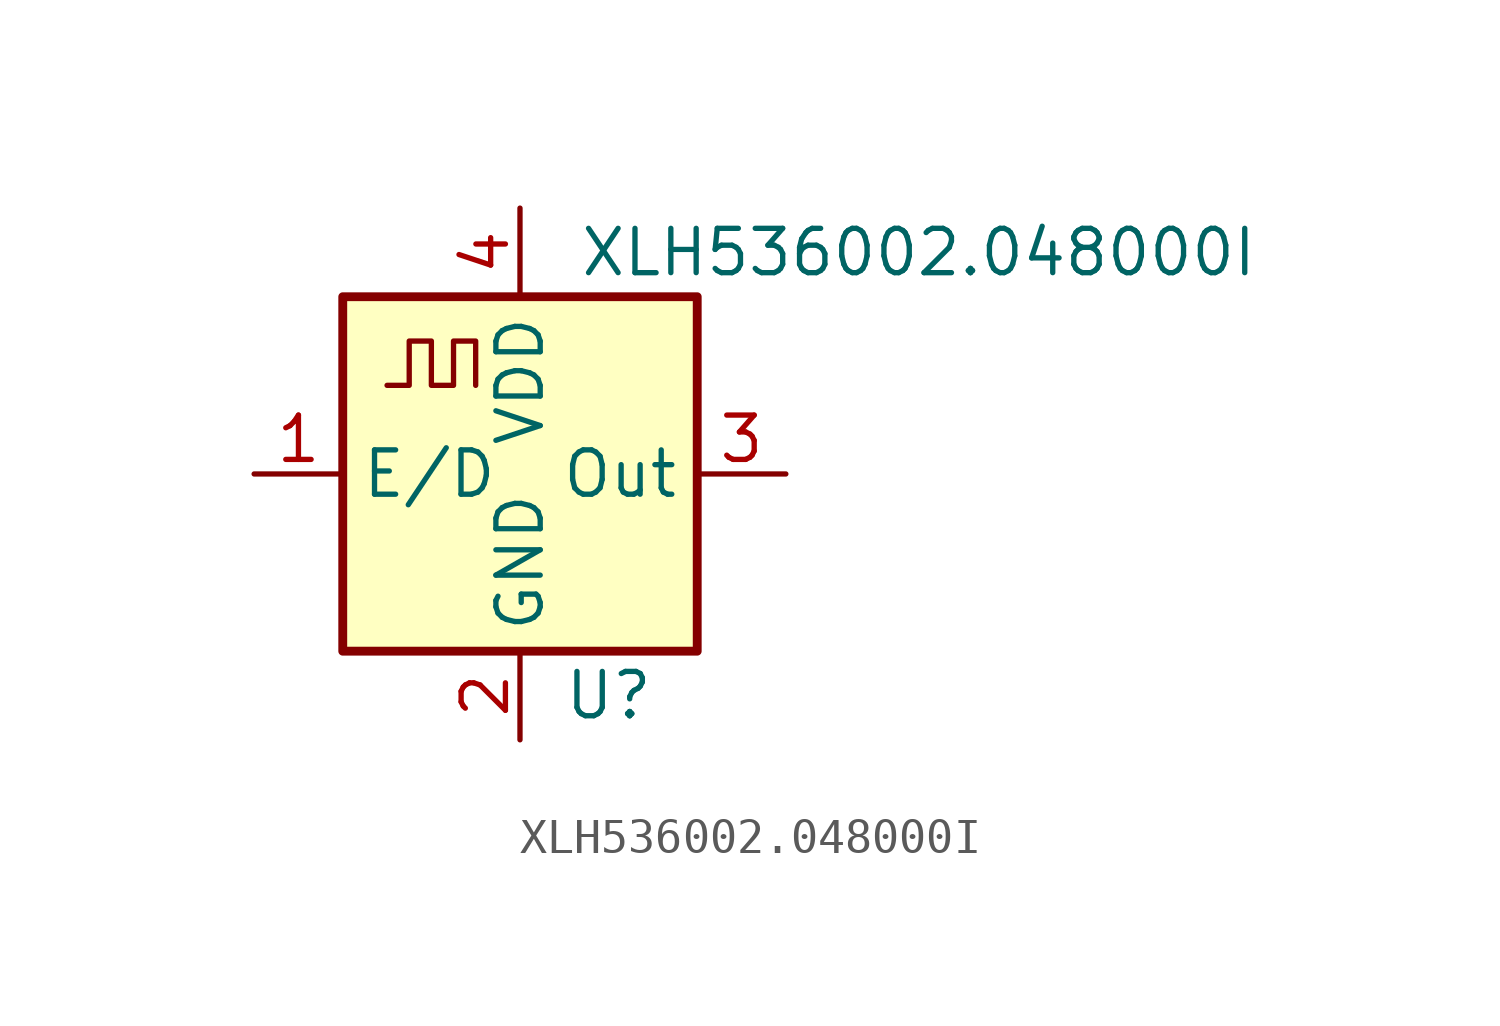
<source format=kicad_sym>
(kicad_symbol_lib
  (version 20211014)
  (generator kicad_symbol_editor)
  (symbol "XLH536002.048000I"
    (property "Reference" "U"
      (at 2.54 -6.35 0)
      (effects (font (size 1.27 1.27))))
    (property "Value" "XLH536002.048000I"
      (at 11.43 6.35 0)
      (effects (font (size 1.27 1.27))))
    (symbol "XLH536002.048000I_0_1"
      (rectangle (start 5.08 5.08) (end -5.08 -5.08) (stroke (width 0.254) (type default) (color 0 0 0 0)) (fill (type background))))
    (symbol "XLH536002.048000I_1_1"
      (polyline (pts (xy -3.81 2.54) (xy -3.175 2.54) (xy -3.175 3.81) (xy -2.54 3.81) (xy -2.54 2.54) (xy -1.905 2.54) (xy -1.905 3.81) (xy -1.27 3.81) (xy -1.27 2.54)) (stroke (width 0) (type default) (color 0 0 0 0)) (fill (type none)))
      (pin input line (at -7.62 0 0) (length 2.54) (name "E/D" (effects (font (size 1.27 1.27)))) (number "1" (effects (font (size 1.27 1.27)))))
      (pin power_in line (at 0 -7.62 90) (length 2.54) (name "GND" (effects (font (size 1.27 1.27)))) (number "2" (effects (font (size 1.27 1.27)))))
      (pin output line (at 7.62 0 180) (length 2.54) (name "Out" (effects (font (size 1.27 1.27)))) (number "3" (effects (font (size 1.27 1.27)))))
      (pin power_in line (at 0 7.62 270) (length 2.54) (name "VDD" (effects (font (size 1.27 1.27)))) (number "4" (effects (font (size 1.27 1.27))))))))
</source>
